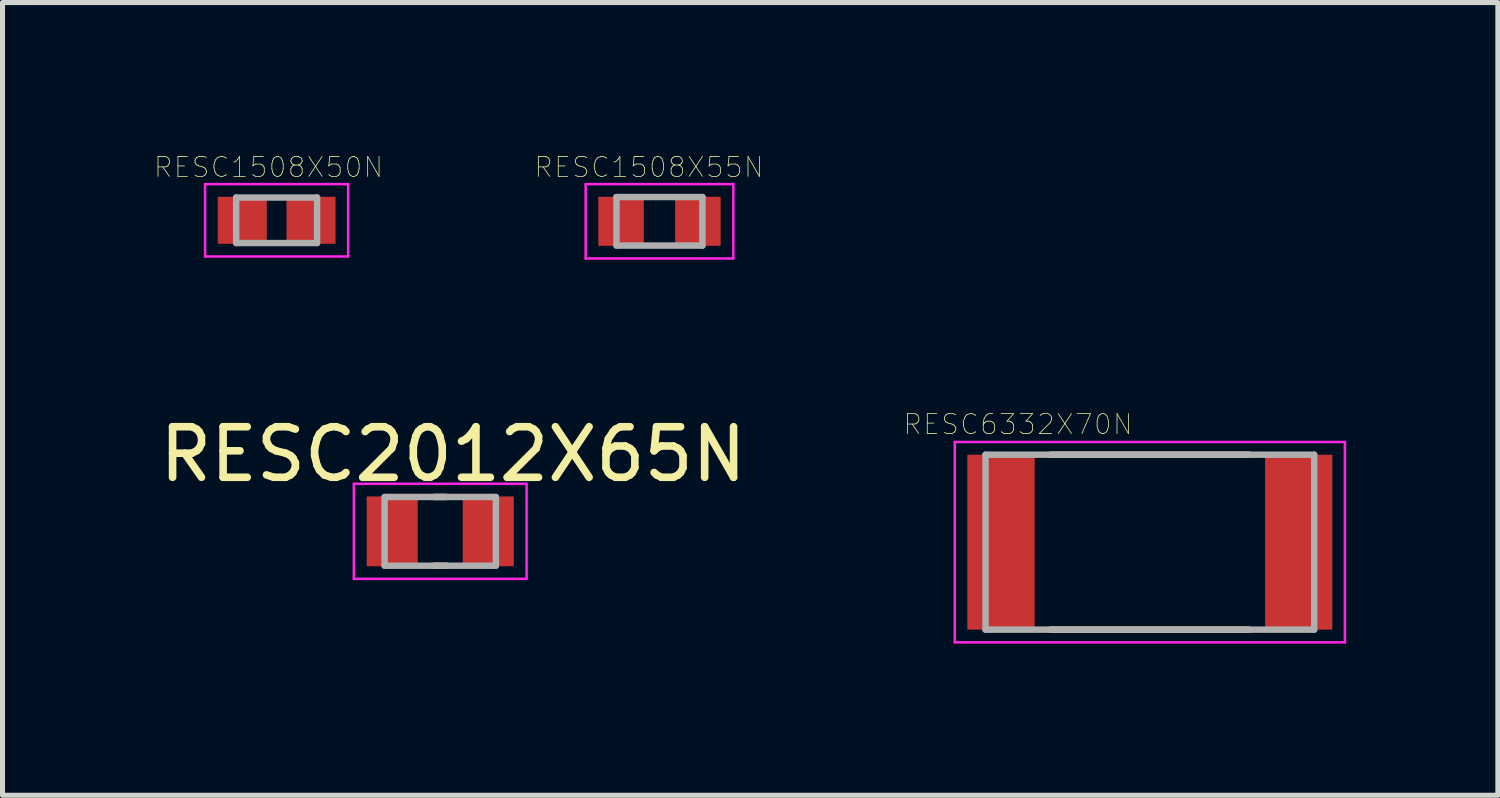
<source format=kicad_pcb>
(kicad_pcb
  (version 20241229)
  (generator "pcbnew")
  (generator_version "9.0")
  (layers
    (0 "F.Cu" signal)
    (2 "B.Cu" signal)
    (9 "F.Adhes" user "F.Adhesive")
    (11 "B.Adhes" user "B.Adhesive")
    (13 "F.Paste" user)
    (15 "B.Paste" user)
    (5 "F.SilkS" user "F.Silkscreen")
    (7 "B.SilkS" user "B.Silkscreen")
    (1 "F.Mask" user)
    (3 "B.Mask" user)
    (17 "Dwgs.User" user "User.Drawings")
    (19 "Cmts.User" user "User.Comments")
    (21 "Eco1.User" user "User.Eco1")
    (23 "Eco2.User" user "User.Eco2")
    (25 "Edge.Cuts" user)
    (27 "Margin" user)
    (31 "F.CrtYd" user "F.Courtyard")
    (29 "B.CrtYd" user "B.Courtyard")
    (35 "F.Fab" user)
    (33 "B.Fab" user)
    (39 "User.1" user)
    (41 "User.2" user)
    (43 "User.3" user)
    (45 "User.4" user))
  (footprint "RESC1508X50N"
    (layer "F.Cu")
    (at 2.421 1.307)
    (property "Reference" "RESC1508X50N" (at -0.16 -1.05 0) (layer "F.SilkS") (effects (font (size 0.394 0.394) (thickness 0.015))))
    (attr through_hole)
    (fp_line (start -1.415 -0.715) (end 1.415 -0.715) (stroke (width 0.05) (type solid)) (layer "F.CrtYd"))
    (fp_line (start -1.415 0.715) (end -1.415 -0.715) (stroke (width 0.05) (type solid)) (layer "F.CrtYd"))
    (fp_line (start -1.415 0.715) (end 1.415 0.715) (stroke (width 0.05) (type solid)) (layer "F.CrtYd"))
    (fp_line (start 1.415 0.715) (end 1.415 -0.715) (stroke (width 0.05) (type solid)) (layer "F.CrtYd"))
    (fp_line (start -0.8 0.45) (end -0.8 -0.45) (stroke (width 0.127) (type solid)) (layer "F.Fab"))
    (fp_line (start 0.8 -0.45) (end -0.8 -0.45) (stroke (width 0.127) (type solid)) (layer "F.Fab"))
    (fp_line (start 0.8 0.45) (end -0.8 0.45) (stroke (width 0.127) (type solid)) (layer "F.Fab"))
    (fp_line (start 0.8 0.45) (end 0.8 -0.45) (stroke (width 0.127) (type solid)) (layer "F.Fab"))
    (pad "1" smd rect (at -0.68 0) (size 0.97 0.93) (layers "F.Cu" "F.Mask" "F.Paste"))
    (pad "2" smd rect (at 0.68 0) (size 0.97 0.93) (layers "F.Cu" "F.Mask" "F.Paste")))
  (footprint "RESC1508X55N"
    (layer "F.Cu")
    (at 9.993 1.327)
    (property "Reference" "RESC1508X55N" (at -0.21 -1.07 0) (layer "F.SilkS") (effects (font (size 0.394 0.394) (thickness 0.015))))
    (attr smd)
    (fp_line (start -1.46 -0.735) (end 1.46 -0.735) (stroke (width 0.05) (type solid)) (layer "F.CrtYd"))
    (fp_line (start -1.46 0.735) (end -1.46 -0.735) (stroke (width 0.05) (type solid)) (layer "F.CrtYd"))
    (fp_line (start -1.46 0.735) (end 1.46 0.735) (stroke (width 0.05) (type solid)) (layer "F.CrtYd"))
    (fp_line (start 1.46 0.735) (end 1.46 -0.735) (stroke (width 0.05) (type solid)) (layer "F.CrtYd"))
    (fp_line (start -0.85 0.48) (end -0.85 -0.48) (stroke (width 0.127) (type solid)) (layer "F.Fab"))
    (fp_line (start 0.85 -0.48) (end -0.85 -0.48) (stroke (width 0.127) (type solid)) (layer "F.Fab"))
    (fp_line (start 0.85 0.48) (end -0.85 0.48) (stroke (width 0.127) (type solid)) (layer "F.Fab"))
    (fp_line (start 0.85 0.48) (end 0.85 -0.48) (stroke (width 0.127) (type solid)) (layer "F.Fab"))
    (pad "1" smd rect (at -0.76 0) (size 0.9 0.97) (layers "F.Cu" "F.Mask" "F.Paste"))
    (pad "2" smd rect (at 0.76 0) (size 0.9 0.97) (layers "F.Cu" "F.Mask" "F.Paste")))
  (footprint "RESC2012X65N"
    (layer "F.Cu")
    (at 5.657 7.459)
    (property "Reference" "RESC2012X65N" (at 0.254 -1.524 0) (layer "F.SilkS") (effects (font (size 1 1) (thickness 0.15))))
    (attr through_hole)
    (fp_line (start -0.12 -0.68) (end 0.12 -0.68) (stroke (width 0.127) (type solid)) (layer "F.SilkS"))
    (fp_line (start -0.12 0.68) (end 0.12 0.68) (stroke (width 0.127) (type solid)) (layer "F.SilkS"))
    (fp_line (start -1.708 -0.94) (end 1.708 -0.94) (stroke (width 0.05) (type solid)) (layer "F.CrtYd"))
    (fp_line (start -1.708 0.94) (end -1.708 -0.94) (stroke (width 0.05) (type solid)) (layer "F.CrtYd"))
    (fp_line (start -1.708 0.94) (end 1.708 0.94) (stroke (width 0.05) (type solid)) (layer "F.CrtYd"))
    (fp_line (start 1.708 0.94) (end 1.708 -0.94) (stroke (width 0.05) (type solid)) (layer "F.CrtYd"))
    (fp_line (start -1.1 0.68) (end -1.1 -0.68) (stroke (width 0.127) (type solid)) (layer "F.Fab"))
    (fp_line (start 1.1 -0.68) (end -1.1 -0.68) (stroke (width 0.127) (type solid)) (layer "F.Fab"))
    (fp_line (start 1.1 0.68) (end -1.1 0.68) (stroke (width 0.127) (type solid)) (layer "F.Fab"))
    (fp_line (start 1.1 0.68) (end 1.1 -0.68) (stroke (width 0.127) (type solid)) (layer "F.Fab"))
    (pad "1" smd rect (at -0.95 0) (size 1.01 1.38) (layers "F.Cu" "F.Mask" "F.Paste"))
    (pad "2" smd rect (at 0.95 0) (size 1.01 1.38) (layers "F.Cu" "F.Mask" "F.Paste")))
  (footprint "RESC6332X70N"
    (layer "F.Cu")
    (at 19.692 7.673)
    (property "Reference" "RESC6332X70N" (at -2.61 -2.33 0) (layer "F.SilkS") (effects (font (size 0.394 0.394) (thickness 0.015))))
    (attr smd)
    (fp_line (start -1.96 -1.73) (end 1.96 -1.73) (stroke (width 0.127) (type solid)) (layer "F.SilkS"))
    (fp_line (start -1.96 1.73) (end 1.96 1.73) (stroke (width 0.127) (type solid)) (layer "F.SilkS"))
    (fp_line (start -3.858 -1.981) (end 3.858 -1.981) (stroke (width 0.05) (type solid)) (layer "F.CrtYd"))
    (fp_line (start -3.858 1.981) (end -3.858 -1.981) (stroke (width 0.05) (type solid)) (layer "F.CrtYd"))
    (fp_line (start -3.858 1.981) (end 3.858 1.981) (stroke (width 0.05) (type solid)) (layer "F.CrtYd"))
    (fp_line (start 3.858 1.981) (end 3.858 -1.981) (stroke (width 0.05) (type solid)) (layer "F.CrtYd"))
    (fp_line (start -3.25 1.73) (end -3.25 -1.73) (stroke (width 0.127) (type solid)) (layer "F.Fab"))
    (fp_line (start 3.25 -1.73) (end -3.25 -1.73) (stroke (width 0.127) (type solid)) (layer "F.Fab"))
    (fp_line (start 3.25 1.73) (end -3.25 1.73) (stroke (width 0.127) (type solid)) (layer "F.Fab"))
    (fp_line (start 3.25 1.73) (end 3.25 -1.73) (stroke (width 0.127) (type solid)) (layer "F.Fab"))
    (pad "1" smd rect (at -2.944 0) (size 1.33 3.46) (layers "F.Cu" "F.Mask" "F.Paste"))
    (pad "2" smd rect (at 2.944 0) (size 1.33 3.46) (layers "F.Cu" "F.Mask" "F.Paste")))
  (gr_rect
    (start -3 -3)
    (end 26.575 12.679)
    (stroke (width 0.1) (type default))
    (fill no)
    (layer "Edge.Cuts")))
</source>
